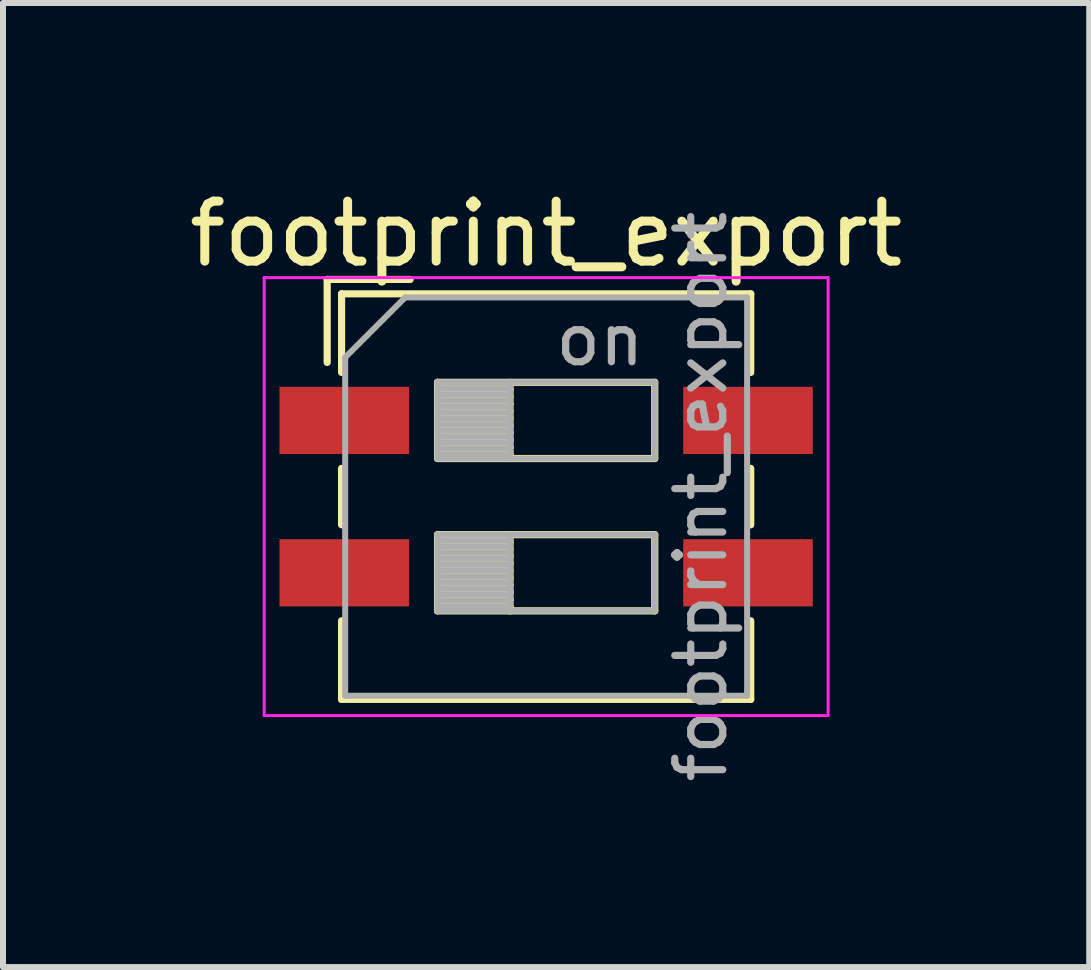
<source format=kicad_pcb>
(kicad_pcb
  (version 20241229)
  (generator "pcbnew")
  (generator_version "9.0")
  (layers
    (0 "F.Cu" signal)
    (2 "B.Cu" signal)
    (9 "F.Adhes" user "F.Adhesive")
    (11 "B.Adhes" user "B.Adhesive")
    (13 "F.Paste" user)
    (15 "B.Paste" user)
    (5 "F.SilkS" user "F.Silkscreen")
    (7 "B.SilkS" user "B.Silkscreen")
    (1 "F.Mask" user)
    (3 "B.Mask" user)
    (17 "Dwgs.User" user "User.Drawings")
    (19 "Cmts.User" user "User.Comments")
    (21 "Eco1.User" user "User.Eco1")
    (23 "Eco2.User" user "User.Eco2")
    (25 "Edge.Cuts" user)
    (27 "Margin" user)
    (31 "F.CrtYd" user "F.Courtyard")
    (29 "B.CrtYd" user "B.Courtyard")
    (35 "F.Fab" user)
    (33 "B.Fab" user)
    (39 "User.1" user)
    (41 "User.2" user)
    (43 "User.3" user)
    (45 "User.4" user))
  (footprint "footprint_export"
    (layer "F.Cu")
    (at 6.054 5.228)
    (property "Reference" "footprint_export" (at 0 -4.38 0) (layer "F.SilkS") (effects (font (size 1 1) (thickness 0.15))))
    (attr smd)
    (fp_line (start -3.65 -3.62) (end -3.65 -2.237) (stroke (width 0.12) (type solid)) (layer "F.SilkS"))
    (fp_line (start -3.65 -3.62) (end -2.267 -3.62) (stroke (width 0.12) (type solid)) (layer "F.SilkS"))
    (fp_line (start -3.41 -3.38) (end -3.41 -2.07) (stroke (width 0.12) (type solid)) (layer "F.SilkS"))
    (fp_line (start -3.41 -3.38) (end 3.41 -3.38) (stroke (width 0.12) (type solid)) (layer "F.SilkS"))
    (fp_line (start -3.41 -0.47) (end -3.41 0.47) (stroke (width 0.12) (type solid)) (layer "F.SilkS"))
    (fp_line (start -3.41 2.07) (end -3.41 3.38) (stroke (width 0.12) (type solid)) (layer "F.SilkS"))
    (fp_line (start -3.41 3.38) (end 3.41 3.38) (stroke (width 0.12) (type solid)) (layer "F.SilkS"))
    (fp_line (start -1.81 -1.905) (end -1.81 -0.635) (stroke (width 0.12) (type solid)) (layer "F.SilkS"))
    (fp_line (start -1.81 -1.785) (end -0.603 -1.785) (stroke (width 0.12) (type solid)) (layer "F.SilkS"))
    (fp_line (start -1.81 -1.665) (end -0.603 -1.665) (stroke (width 0.12) (type solid)) (layer "F.SilkS"))
    (fp_line (start -1.81 -1.545) (end -0.603 -1.545) (stroke (width 0.12) (type solid)) (layer "F.SilkS"))
    (fp_line (start -1.81 -1.425) (end -0.603 -1.425) (stroke (width 0.12) (type solid)) (layer "F.SilkS"))
    (fp_line (start -1.81 -1.305) (end -0.603 -1.305) (stroke (width 0.12) (type solid)) (layer "F.SilkS"))
    (fp_line (start -1.81 -1.185) (end -0.603 -1.185) (stroke (width 0.12) (type solid)) (layer "F.SilkS"))
    (fp_line (start -1.81 -1.065) (end -0.603 -1.065) (stroke (width 0.12) (type solid)) (layer "F.SilkS"))
    (fp_line (start -1.81 -0.945) (end -0.603 -0.945) (stroke (width 0.12) (type solid)) (layer "F.SilkS"))
    (fp_line (start -1.81 -0.825) (end -0.603 -0.825) (stroke (width 0.12) (type solid)) (layer "F.SilkS"))
    (fp_line (start -1.81 -0.705) (end -0.603 -0.705) (stroke (width 0.12) (type solid)) (layer "F.SilkS"))
    (fp_line (start -1.81 -0.635) (end 1.81 -0.635) (stroke (width 0.12) (type solid)) (layer "F.SilkS"))
    (fp_line (start -1.81 0.635) (end -1.81 1.905) (stroke (width 0.12) (type solid)) (layer "F.SilkS"))
    (fp_line (start -1.81 0.755) (end -0.603 0.755) (stroke (width 0.12) (type solid)) (layer "F.SilkS"))
    (fp_line (start -1.81 0.875) (end -0.603 0.875) (stroke (width 0.12) (type solid)) (layer "F.SilkS"))
    (fp_line (start -1.81 0.995) (end -0.603 0.995) (stroke (width 0.12) (type solid)) (layer "F.SilkS"))
    (fp_line (start -1.81 1.115) (end -0.603 1.115) (stroke (width 0.12) (type solid)) (layer "F.SilkS"))
    (fp_line (start -1.81 1.235) (end -0.603 1.235) (stroke (width 0.12) (type solid)) (layer "F.SilkS"))
    (fp_line (start -1.81 1.355) (end -0.603 1.355) (stroke (width 0.12) (type solid)) (layer "F.SilkS"))
    (fp_line (start -1.81 1.475) (end -0.603 1.475) (stroke (width 0.12) (type solid)) (layer "F.SilkS"))
    (fp_line (start -1.81 1.595) (end -0.603 1.595) (stroke (width 0.12) (type solid)) (layer "F.SilkS"))
    (fp_line (start -1.81 1.715) (end -0.603 1.715) (stroke (width 0.12) (type solid)) (layer "F.SilkS"))
    (fp_line (start -1.81 1.835) (end -0.603 1.835) (stroke (width 0.12) (type solid)) (layer "F.SilkS"))
    (fp_line (start -1.81 1.905) (end 1.81 1.905) (stroke (width 0.12) (type solid)) (layer "F.SilkS"))
    (fp_line (start -0.603 -1.905) (end -0.603 -0.635) (stroke (width 0.12) (type solid)) (layer "F.SilkS"))
    (fp_line (start -0.603 0.635) (end -0.603 1.905) (stroke (width 0.12) (type solid)) (layer "F.SilkS"))
    (fp_line (start 1.81 -1.905) (end -1.81 -1.905) (stroke (width 0.12) (type solid)) (layer "F.SilkS"))
    (fp_line (start 1.81 -0.635) (end 1.81 -1.905) (stroke (width 0.12) (type solid)) (layer "F.SilkS"))
    (fp_line (start 1.81 0.635) (end -1.81 0.635) (stroke (width 0.12) (type solid)) (layer "F.SilkS"))
    (fp_line (start 1.81 1.905) (end 1.81 0.635) (stroke (width 0.12) (type solid)) (layer "F.SilkS"))
    (fp_line (start 3.41 -3.38) (end 3.41 -2.07) (stroke (width 0.12) (type solid)) (layer "F.SilkS"))
    (fp_line (start 3.41 -0.47) (end 3.41 0.47) (stroke (width 0.12) (type solid)) (layer "F.SilkS"))
    (fp_line (start 3.41 2.07) (end 3.41 3.38) (stroke (width 0.12) (type solid)) (layer "F.SilkS"))
    (fp_line (start -4.7 -3.65) (end -4.7 3.65) (stroke (width 0.05) (type solid)) (layer "F.CrtYd"))
    (fp_line (start -4.7 3.65) (end 4.7 3.65) (stroke (width 0.05) (type solid)) (layer "F.CrtYd"))
    (fp_line (start 4.7 -3.65) (end -4.7 -3.65) (stroke (width 0.05) (type solid)) (layer "F.CrtYd"))
    (fp_line (start 4.7 3.65) (end 4.7 -3.65) (stroke (width 0.05) (type solid)) (layer "F.CrtYd"))
    (fp_line (start -3.35 -2.32) (end -2.35 -3.32) (stroke (width 0.1) (type solid)) (layer "F.Fab"))
    (fp_line (start -3.35 3.32) (end -3.35 -2.32) (stroke (width 0.1) (type solid)) (layer "F.Fab"))
    (fp_line (start -2.35 -3.32) (end 3.35 -3.32) (stroke (width 0.1) (type solid)) (layer "F.Fab"))
    (fp_line (start -1.81 -1.905) (end -1.81 -0.635) (stroke (width 0.1) (type solid)) (layer "F.Fab"))
    (fp_line (start -1.81 -1.805) (end -0.603 -1.805) (stroke (width 0.1) (type solid)) (layer "F.Fab"))
    (fp_line (start -1.81 -1.705) (end -0.603 -1.705) (stroke (width 0.1) (type solid)) (layer "F.Fab"))
    (fp_line (start -1.81 -1.605) (end -0.603 -1.605) (stroke (width 0.1) (type solid)) (layer "F.Fab"))
    (fp_line (start -1.81 -1.505) (end -0.603 -1.505) (stroke (width 0.1) (type solid)) (layer "F.Fab"))
    (fp_line (start -1.81 -1.405) (end -0.603 -1.405) (stroke (width 0.1) (type solid)) (layer "F.Fab"))
    (fp_line (start -1.81 -1.305) (end -0.603 -1.305) (stroke (width 0.1) (type solid)) (layer "F.Fab"))
    (fp_line (start -1.81 -1.205) (end -0.603 -1.205) (stroke (width 0.1) (type solid)) (layer "F.Fab"))
    (fp_line (start -1.81 -1.105) (end -0.603 -1.105) (stroke (width 0.1) (type solid)) (layer "F.Fab"))
    (fp_line (start -1.81 -1.005) (end -0.603 -1.005) (stroke (width 0.1) (type solid)) (layer "F.Fab"))
    (fp_line (start -1.81 -0.905) (end -0.603 -0.905) (stroke (width 0.1) (type solid)) (layer "F.Fab"))
    (fp_line (start -1.81 -0.805) (end -0.603 -0.805) (stroke (width 0.1) (type solid)) (layer "F.Fab"))
    (fp_line (start -1.81 -0.705) (end -0.603 -0.705) (stroke (width 0.1) (type solid)) (layer "F.Fab"))
    (fp_line (start -1.81 -0.635) (end 1.81 -0.635) (stroke (width 0.1) (type solid)) (layer "F.Fab"))
    (fp_line (start -1.81 0.635) (end -1.81 1.905) (stroke (width 0.1) (type solid)) (layer "F.Fab"))
    (fp_line (start -1.81 0.735) (end -0.603 0.735) (stroke (width 0.1) (type solid)) (layer "F.Fab"))
    (fp_line (start -1.81 0.835) (end -0.603 0.835) (stroke (width 0.1) (type solid)) (layer "F.Fab"))
    (fp_line (start -1.81 0.935) (end -0.603 0.935) (stroke (width 0.1) (type solid)) (layer "F.Fab"))
    (fp_line (start -1.81 1.035) (end -0.603 1.035) (stroke (width 0.1) (type solid)) (layer "F.Fab"))
    (fp_line (start -1.81 1.135) (end -0.603 1.135) (stroke (width 0.1) (type solid)) (layer "F.Fab"))
    (fp_line (start -1.81 1.235) (end -0.603 1.235) (stroke (width 0.1) (type solid)) (layer "F.Fab"))
    (fp_line (start -1.81 1.335) (end -0.603 1.335) (stroke (width 0.1) (type solid)) (layer "F.Fab"))
    (fp_line (start -1.81 1.435) (end -0.603 1.435) (stroke (width 0.1) (type solid)) (layer "F.Fab"))
    (fp_line (start -1.81 1.535) (end -0.603 1.535) (stroke (width 0.1) (type solid)) (layer "F.Fab"))
    (fp_line (start -1.81 1.635) (end -0.603 1.635) (stroke (width 0.1) (type solid)) (layer "F.Fab"))
    (fp_line (start -1.81 1.735) (end -0.603 1.735) (stroke (width 0.1) (type solid)) (layer "F.Fab"))
    (fp_line (start -1.81 1.835) (end -0.603 1.835) (stroke (width 0.1) (type solid)) (layer "F.Fab"))
    (fp_line (start -1.81 1.905) (end 1.81 1.905) (stroke (width 0.1) (type solid)) (layer "F.Fab"))
    (fp_line (start -0.603 -1.905) (end -0.603 -0.635) (stroke (width 0.1) (type solid)) (layer "F.Fab"))
    (fp_line (start -0.603 0.635) (end -0.603 1.905) (stroke (width 0.1) (type solid)) (layer "F.Fab"))
    (fp_line (start 1.81 -1.905) (end -1.81 -1.905) (stroke (width 0.1) (type solid)) (layer "F.Fab"))
    (fp_line (start 1.81 -0.635) (end 1.81 -1.905) (stroke (width 0.1) (type solid)) (layer "F.Fab"))
    (fp_line (start 1.81 0.635) (end -1.81 0.635) (stroke (width 0.1) (type solid)) (layer "F.Fab"))
    (fp_line (start 1.81 1.905) (end 1.81 0.635) (stroke (width 0.1) (type solid)) (layer "F.Fab"))
    (fp_line (start 3.35 -3.32) (end 3.35 3.32) (stroke (width 0.1) (type solid)) (layer "F.Fab"))
    (fp_line (start 3.35 3.32) (end -3.35 3.32) (stroke (width 0.1) (type solid)) (layer "F.Fab"))
    (fp_text user "on" (at 0.897 -2.612 0) (layer "F.Fab") (effects (font (size 0.8 0.8) (thickness 0.12))))
    (fp_text user "${REFERENCE}" (at 2.58 0 90) (layer "F.Fab") (effects (font (size 0.8 0.8) (thickness 0.12))))
    (pad "1" smd rect (at -3.365 -1.27) (size 2.16 1.12) (layers "F.Cu" "F.Mask" "F.Paste"))
    (pad "2" smd rect (at -3.365 1.27) (size 2.16 1.12) (layers "F.Cu" "F.Mask" "F.Paste"))
    (pad "3" smd rect (at 3.365 1.27) (size 2.16 1.12) (layers "F.Cu" "F.Mask" "F.Paste"))
    (pad "4" smd rect (at 3.365 -1.27) (size 2.16 1.12) (layers "F.Cu" "F.Mask" "F.Paste")))
  (gr_rect
    (start -3 -3)
    (end 15.107 13.071)
    (stroke (width 0.1) (type default))
    (fill no)
    (layer "Edge.Cuts")))
</source>
